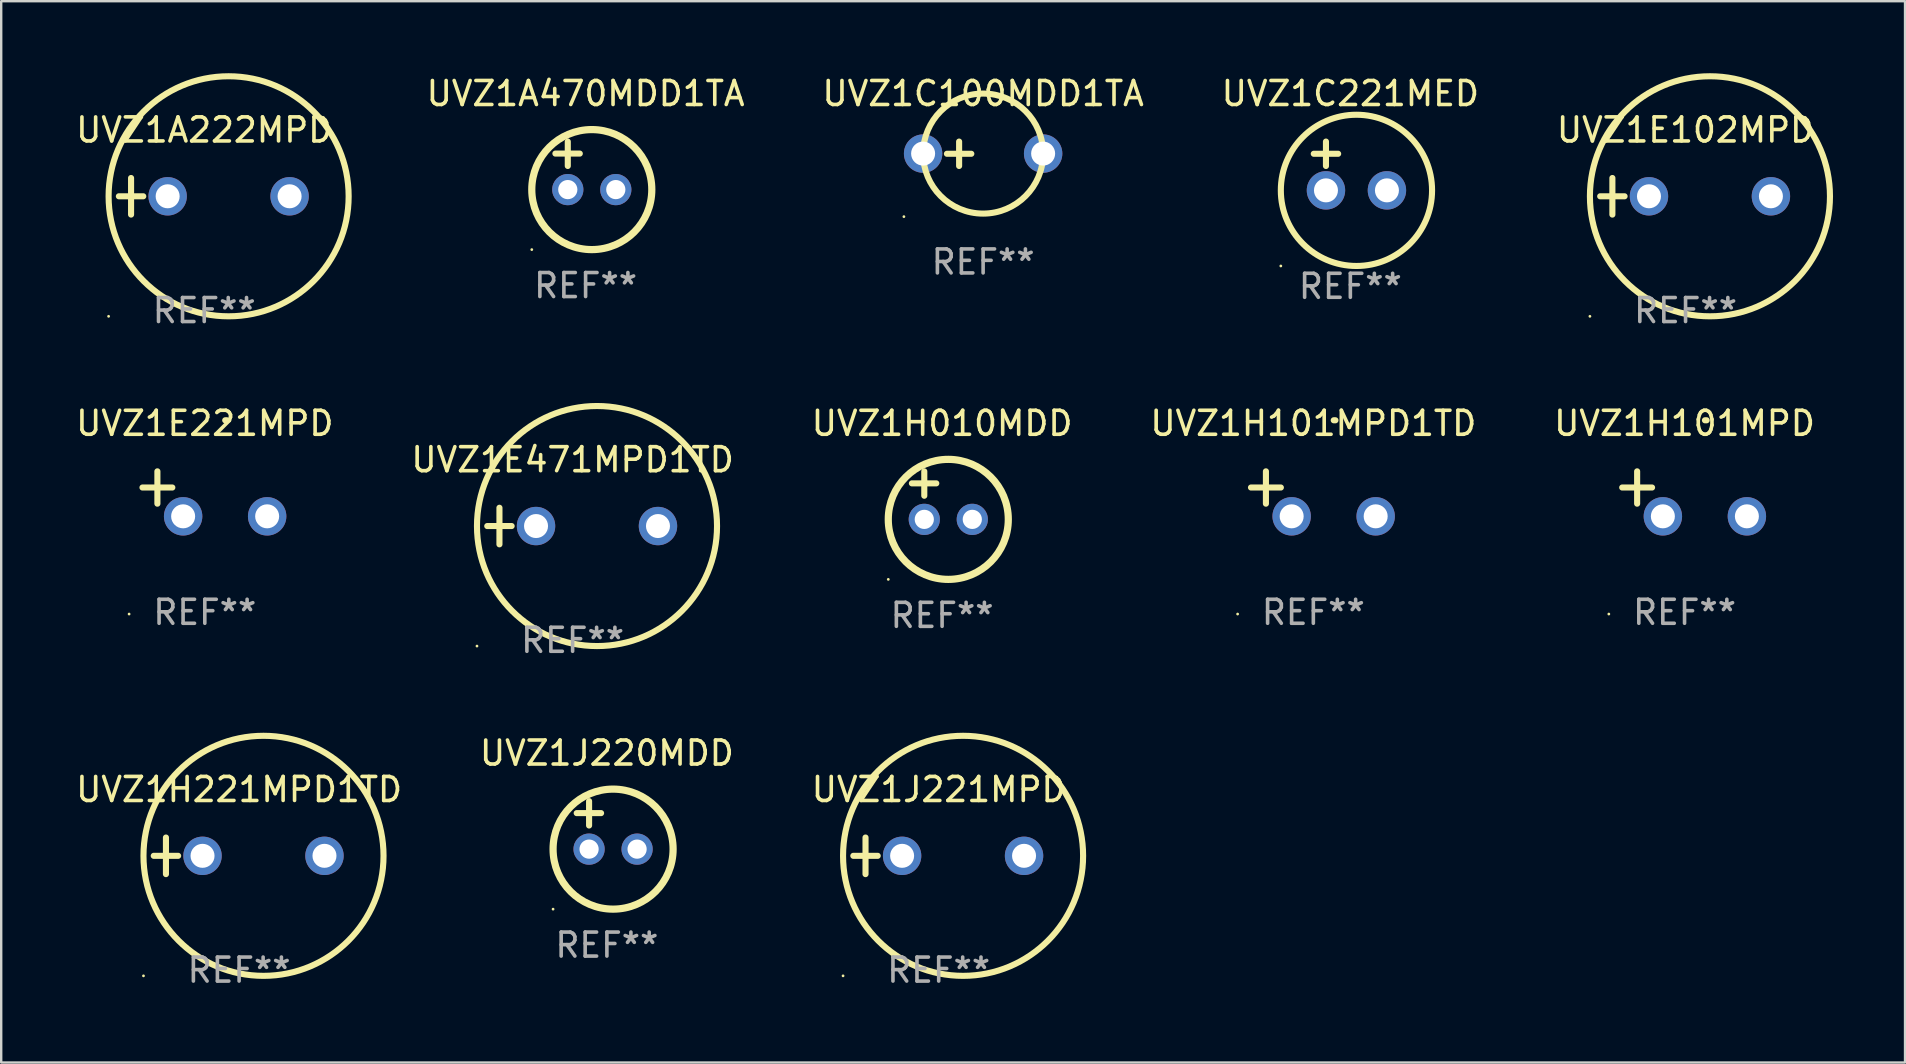
<source format=kicad_pcb>
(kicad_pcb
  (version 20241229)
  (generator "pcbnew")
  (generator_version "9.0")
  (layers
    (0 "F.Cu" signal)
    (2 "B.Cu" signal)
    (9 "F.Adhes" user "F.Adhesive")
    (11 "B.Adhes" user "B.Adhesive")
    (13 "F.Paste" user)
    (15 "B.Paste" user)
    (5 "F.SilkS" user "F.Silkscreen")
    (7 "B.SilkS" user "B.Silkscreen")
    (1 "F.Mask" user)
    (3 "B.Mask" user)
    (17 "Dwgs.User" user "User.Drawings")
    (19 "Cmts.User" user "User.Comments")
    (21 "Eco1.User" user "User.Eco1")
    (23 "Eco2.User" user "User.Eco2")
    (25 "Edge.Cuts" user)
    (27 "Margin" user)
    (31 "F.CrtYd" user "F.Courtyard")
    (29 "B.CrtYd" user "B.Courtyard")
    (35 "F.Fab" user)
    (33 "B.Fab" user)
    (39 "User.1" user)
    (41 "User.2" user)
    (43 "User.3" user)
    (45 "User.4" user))
  (footprint "UVZ1H010MDD"
    (layer "F.Cu")
    (at 36.196 17.586)
    (property "Reference" "UVZ1H010MDD" (at 0 -3 0) (layer "F.SilkS") (effects (font (size 1 1) (thickness 0.15))))
    (attr through_hole)
    (fp_line (start -1.258 -0.5) (end -0.242 -0.5) (stroke (width 0.254) (type solid)) (layer "F.SilkS"))
    (fp_line (start -0.742 -1) (end -0.742 0.016) (stroke (width 0.254) (type solid)) (layer "F.SilkS"))
    (fp_circle (center -2.242 3.5) (end -2.212 3.5) (stroke (width 0.06) (type solid)) (fill no) (layer "F.SilkS"))
    (fp_circle (center 0.258 1) (end 2.758 1) (stroke (width 0.3) (type solid)) (fill no) (layer "F.SilkS"))
    (fp_text user "REF**" (at 0 5 0) (layer "F.Fab") (effects (font (size 1 1) (thickness 0.15))))
    (pad "1" thru_hole circle (at -0.742 1) (size 1.3 1.3) (drill 0.8) (layers "*.Cu" "*.Mask"))
    (pad "2" thru_hole circle (at 1.258 1) (size 1.3 1.3) (drill 0.8) (layers "*.Cu" "*.Mask")))
  (footprint "UVZ1C221MED"
    (layer "F.Cu")
    (at 53.203 3.864)
    (property "Reference" "UVZ1C221MED" (at 0 -3.016 0) (layer "F.SilkS") (effects (font (size 1 1) (thickness 0.15))))
    (attr through_hole)
    (fp_line (start -1.524 -0.508) (end -0.508 -0.508) (stroke (width 0.254) (type solid)) (layer "F.SilkS"))
    (fp_line (start -1.016 -1.016) (end -1.016 0) (stroke (width 0.254) (type solid)) (layer "F.SilkS"))
    (fp_circle (center -2.896 4.166) (end -2.866 4.166) (stroke (width 0.06) (type solid)) (fill no) (layer "F.SilkS"))
    (fp_circle (center 0.254 1.016) (end 3.404 1.016) (stroke (width 0.254) (type solid)) (fill no) (layer "F.SilkS"))
    (fp_text user "REF**" (at 0 5.016 0) (layer "F.Fab") (effects (font (size 1 1) (thickness 0.15))))
    (pad "1" thru_hole circle (at -1.016 1.016) (size 1.6 1.6) (drill 1) (layers "*.Cu" "*.Mask"))
    (pad "2" thru_hole circle (at 1.524 1.016) (size 1.6 1.6) (drill 1) (layers "*.Cu" "*.Mask")))
  (footprint "UVZ1H101MPD1TD"
    (layer "F.Cu")
    (at 51.661 17.522)
    (property "Reference" "UVZ1H101MPD1TD" (at 0 -2.937 0) (layer "F.SilkS") (effects (font (size 1 1) (thickness 0.15))))
    (attr through_hole)
    (fp_line (start -1.975 0.41) (end -1.975 -0.937) (stroke (width 0.254) (type solid)) (layer "F.SilkS"))
    (fp_line (start -1.353 -0.263) (end -2.597 -0.263) (stroke (width 0.254) (type solid)) (layer "F.SilkS"))
    (fp_arc (start 0.849809 -3.063957) (mid 0.885369 -3.064114) (end 0.920929 -3.063957) (stroke (width 0.254001) (type solid)) (layer "F.SilkS"))
    (fp_circle (center -3.154 5.008) (end -3.124 5.008) (stroke (width 0.06) (type solid)) (fill no) (layer "F.SilkS"))
    (fp_text user "REF**" (at 0 4.937 0) (layer "F.Fab") (effects (font (size 1 1) (thickness 0.15))))
    (pad "1" thru_hole circle (at -0.903 0.937) (size 1.6 1.6) (drill 1) (layers "*.Cu" "*.Mask"))
    (pad "2" thru_hole circle (at 2.597 0.937) (size 1.6 1.6) (drill 1) (layers "*.Cu" "*.Mask")))
  (footprint "UVZ1A222MPD"
    (layer "F.Cu")
    (at 5.458 5.127)
    (property "Reference" "UVZ1A222MPD" (at 0 -2.762 0) (layer "F.SilkS") (effects (font (size 1 1) (thickness 0.15))))
    (attr through_hole)
    (fp_line (start -3.556 0) (end -2.54 0) (stroke (width 0.254) (type solid)) (layer "F.SilkS"))
    (fp_line (start -3.048 -0.762) (end -3.048 0.762) (stroke (width 0.254) (type solid)) (layer "F.SilkS"))
    (fp_circle (center -3.984 5) (end -3.954 5) (stroke (width 0.06) (type solid)) (fill no) (layer "F.SilkS"))
    (fp_circle (center 1.016 0) (end 6.016 0) (stroke (width 0.254) (type solid)) (fill no) (layer "F.SilkS"))
    (fp_text user "REF**" (at 0 4.762 0) (layer "F.Fab") (effects (font (size 1 1) (thickness 0.15))))
    (pad "1" thru_hole circle (at -1.524 0) (size 1.6 1.6) (drill 1) (layers "*.Cu" "*.Mask"))
    (pad "2" thru_hole circle (at 3.556 0) (size 1.6 1.6) (drill 1) (layers "*.Cu" "*.Mask")))
  (footprint "UVZ1A470MDD1TA"
    (layer "F.Cu")
    (at 21.345 3.848)
    (property "Reference" "UVZ1A470MDD1TA" (at 0 -3 0) (layer "F.SilkS") (effects (font (size 1 1) (thickness 0.15))))
    (attr through_hole)
    (fp_line (start -1.258 -0.5) (end -0.242 -0.5) (stroke (width 0.254) (type solid)) (layer "F.SilkS"))
    (fp_line (start -0.742 -1) (end -0.742 0.016) (stroke (width 0.254) (type solid)) (layer "F.SilkS"))
    (fp_circle (center -2.242 3.5) (end -2.212 3.5) (stroke (width 0.06) (type solid)) (fill no) (layer "F.SilkS"))
    (fp_circle (center 0.258 1) (end 2.758 1) (stroke (width 0.3) (type solid)) (fill no) (layer "F.SilkS"))
    (fp_text user "REF**" (at 0 5 0) (layer "F.Fab") (effects (font (size 1 1) (thickness 0.15))))
    (pad "1" thru_hole circle (at -0.742 1) (size 1.3 1.3) (drill 0.8) (layers "*.Cu" "*.Mask"))
    (pad "2" thru_hole circle (at 1.258 1) (size 1.3 1.3) (drill 0.8) (layers "*.Cu" "*.Mask")))
  (footprint "UVZ1E102MPD"
    (layer "F.Cu")
    (at 67.167 5.127)
    (property "Reference" "UVZ1E102MPD" (at 0 -2.762 0) (layer "F.SilkS") (effects (font (size 1 1) (thickness 0.15))))
    (attr through_hole)
    (fp_line (start -3.556 0) (end -2.54 0) (stroke (width 0.254) (type solid)) (layer "F.SilkS"))
    (fp_line (start -3.048 -0.762) (end -3.048 0.762) (stroke (width 0.254) (type solid)) (layer "F.SilkS"))
    (fp_circle (center -3.984 5) (end -3.954 5) (stroke (width 0.06) (type solid)) (fill no) (layer "F.SilkS"))
    (fp_circle (center 1.016 0) (end 6.016 0) (stroke (width 0.254) (type solid)) (fill no) (layer "F.SilkS"))
    (fp_text user "REF**" (at 0 4.762 0) (layer "F.Fab") (effects (font (size 1 1) (thickness 0.15))))
    (pad "1" thru_hole circle (at -1.524 0) (size 1.6 1.6) (drill 1) (layers "*.Cu" "*.Mask"))
    (pad "2" thru_hole circle (at 3.556 0) (size 1.6 1.6) (drill 1) (layers "*.Cu" "*.Mask")))
  (footprint "UVZ1J221MPD"
    (layer "F.Cu")
    (at 36.054 32.602)
    (property "Reference" "UVZ1J221MPD" (at 0 -2.762 0) (layer "F.SilkS") (effects (font (size 1 1) (thickness 0.15))))
    (attr through_hole)
    (fp_line (start -3.556 0) (end -2.54 0) (stroke (width 0.254) (type solid)) (layer "F.SilkS"))
    (fp_line (start -3.048 -0.762) (end -3.048 0.762) (stroke (width 0.254) (type solid)) (layer "F.SilkS"))
    (fp_circle (center -3.984 5) (end -3.954 5) (stroke (width 0.06) (type solid)) (fill no) (layer "F.SilkS"))
    (fp_circle (center 1.016 0) (end 6.016 0) (stroke (width 0.254) (type solid)) (fill no) (layer "F.SilkS"))
    (fp_text user "REF**" (at 0 4.762 0) (layer "F.Fab") (effects (font (size 1 1) (thickness 0.15))))
    (pad "1" thru_hole circle (at -1.524 0) (size 1.6 1.6) (drill 1) (layers "*.Cu" "*.Mask"))
    (pad "2" thru_hole circle (at 3.556 0) (size 1.6 1.6) (drill 1) (layers "*.Cu" "*.Mask")))
  (footprint "UVZ1E221MPD"
    (layer "F.Cu")
    (at 5.482 17.522)
    (property "Reference" "UVZ1E221MPD" (at 0 -2.937 0) (layer "F.SilkS") (effects (font (size 1 1) (thickness 0.15))))
    (attr through_hole)
    (fp_line (start -1.975 0.41) (end -1.975 -0.937) (stroke (width 0.254) (type solid)) (layer "F.SilkS"))
    (fp_line (start -1.353 -0.263) (end -2.597 -0.263) (stroke (width 0.254) (type solid)) (layer "F.SilkS"))
    (fp_arc (start 0.849809 -3.063957) (mid 0.885369 -3.064114) (end 0.920929 -3.063957) (stroke (width 0.254001) (type solid)) (layer "F.SilkS"))
    (fp_circle (center -3.154 5.008) (end -3.124 5.008) (stroke (width 0.06) (type solid)) (fill no) (layer "F.SilkS"))
    (fp_text user "REF**" (at 0 4.937 0) (layer "F.Fab") (effects (font (size 1 1) (thickness 0.15))))
    (pad "1" thru_hole circle (at -0.903 0.937) (size 1.6 1.6) (drill 1) (layers "*.Cu" "*.Mask"))
    (pad "2" thru_hole circle (at 2.597 0.937) (size 1.6 1.6) (drill 1) (layers "*.Cu" "*.Mask")))
  (footprint "UVZ1C100MDD1TA"
    (layer "F.Cu")
    (at 37.905 3.356)
    (property "Reference" "UVZ1C100MDD1TA" (at 0 -2.508 0) (layer "F.SilkS") (effects (font (size 1 1) (thickness 0.15))))
    (attr through_hole)
    (fp_line (start -1.508 0) (end -0.492 0) (stroke (width 0.254) (type solid)) (layer "F.SilkS"))
    (fp_line (start -1 -0.508) (end -1 0.508) (stroke (width 0.254) (type solid)) (layer "F.SilkS"))
    (fp_circle (center -3.3 2.619) (end -3.27 2.619) (stroke (width 0.06) (type solid)) (fill no) (layer "F.SilkS"))
    (fp_circle (center -0.000127 -0.008) (end 2.5 -0.008) (stroke (width 0.254) (type solid)) (fill no) (layer "F.SilkS"))
    (fp_text user "REF**" (at 0 4.508 0) (layer "F.Fab") (effects (font (size 1 1) (thickness 0.15))))
    (pad "1" thru_hole circle (at -2.5 -0.008) (size 1.6 1.6) (drill 1) (layers "*.Cu" "*.Mask"))
    (pad "2" thru_hole circle (at 2.5 -0.008) (size 1.6 1.6) (drill 1) (layers "*.Cu" "*.Mask")))
  (footprint "UVZ1H221MPD1TD"
    (layer "F.Cu")
    (at 6.911 32.602)
    (property "Reference" "UVZ1H221MPD1TD" (at 0 -2.762 0) (layer "F.SilkS") (effects (font (size 1 1) (thickness 0.15))))
    (attr through_hole)
    (fp_line (start -3.556 0) (end -2.54 0) (stroke (width 0.254) (type solid)) (layer "F.SilkS"))
    (fp_line (start -3.048 -0.762) (end -3.048 0.762) (stroke (width 0.254) (type solid)) (layer "F.SilkS"))
    (fp_circle (center -3.984 5) (end -3.954 5) (stroke (width 0.06) (type solid)) (fill no) (layer "F.SilkS"))
    (fp_circle (center 1.016 0) (end 6.016 0) (stroke (width 0.254) (type solid)) (fill no) (layer "F.SilkS"))
    (fp_text user "REF**" (at 0 4.762 0) (layer "F.Fab") (effects (font (size 1 1) (thickness 0.15))))
    (pad "1" thru_hole circle (at -1.524 0) (size 1.6 1.6) (drill 1) (layers "*.Cu" "*.Mask"))
    (pad "2" thru_hole circle (at 3.556 0) (size 1.6 1.6) (drill 1) (layers "*.Cu" "*.Mask")))
  (footprint "UVZ1H101MPD"
    (layer "F.Cu")
    (at 67.125 17.522)
    (property "Reference" "UVZ1H101MPD" (at 0 -2.937 0) (layer "F.SilkS") (effects (font (size 1 1) (thickness 0.15))))
    (attr through_hole)
    (fp_line (start -1.975 0.41) (end -1.975 -0.937) (stroke (width 0.254) (type solid)) (layer "F.SilkS"))
    (fp_line (start -1.353 -0.263) (end -2.597 -0.263) (stroke (width 0.254) (type solid)) (layer "F.SilkS"))
    (fp_arc (start 0.849809 -3.063957) (mid 0.885369 -3.064114) (end 0.920929 -3.063957) (stroke (width 0.254001) (type solid)) (layer "F.SilkS"))
    (fp_circle (center -3.154 5.008) (end -3.124 5.008) (stroke (width 0.06) (type solid)) (fill no) (layer "F.SilkS"))
    (fp_text user "REF**" (at 0 4.937 0) (layer "F.Fab") (effects (font (size 1 1) (thickness 0.15))))
    (pad "1" thru_hole circle (at -0.903 0.937) (size 1.6 1.6) (drill 1) (layers "*.Cu" "*.Mask"))
    (pad "2" thru_hole circle (at 2.597 0.937) (size 1.6 1.6) (drill 1) (layers "*.Cu" "*.Mask")))
  (footprint "UVZ1J220MDD"
    (layer "F.Cu")
    (at 22.232 31.323)
    (property "Reference" "UVZ1J220MDD" (at 0 -3 0) (layer "F.SilkS") (effects (font (size 1 1) (thickness 0.15))))
    (attr through_hole)
    (fp_line (start -1.258 -0.5) (end -0.242 -0.5) (stroke (width 0.254) (type solid)) (layer "F.SilkS"))
    (fp_line (start -0.742 -1) (end -0.742 0.016) (stroke (width 0.254) (type solid)) (layer "F.SilkS"))
    (fp_circle (center -2.242 3.5) (end -2.212 3.5) (stroke (width 0.06) (type solid)) (fill no) (layer "F.SilkS"))
    (fp_circle (center 0.258 1) (end 2.758 1) (stroke (width 0.3) (type solid)) (fill no) (layer "F.SilkS"))
    (fp_text user "REF**" (at 0 5 0) (layer "F.Fab") (effects (font (size 1 1) (thickness 0.15))))
    (pad "1" thru_hole circle (at -0.742 1) (size 1.3 1.3) (drill 0.8) (layers "*.Cu" "*.Mask"))
    (pad "2" thru_hole circle (at 1.258 1) (size 1.3 1.3) (drill 0.8) (layers "*.Cu" "*.Mask")))
  (footprint "UVZ1E471MPD1TD"
    (layer "F.Cu")
    (at 20.804 18.864)
    (property "Reference" "UVZ1E471MPD1TD" (at 0 -2.762 0) (layer "F.SilkS") (effects (font (size 1 1) (thickness 0.15))))
    (attr through_hole)
    (fp_line (start -3.556 0) (end -2.54 0) (stroke (width 0.254) (type solid)) (layer "F.SilkS"))
    (fp_line (start -3.048 -0.762) (end -3.048 0.762) (stroke (width 0.254) (type solid)) (layer "F.SilkS"))
    (fp_circle (center -3.984 5) (end -3.954 5) (stroke (width 0.06) (type solid)) (fill no) (layer "F.SilkS"))
    (fp_circle (center 1.016 0) (end 6.016 0) (stroke (width 0.254) (type solid)) (fill no) (layer "F.SilkS"))
    (fp_text user "REF**" (at 0 4.762 0) (layer "F.Fab") (effects (font (size 1 1) (thickness 0.15))))
    (pad "1" thru_hole circle (at -1.524 0) (size 1.6 1.6) (drill 1) (layers "*.Cu" "*.Mask"))
    (pad "2" thru_hole circle (at 3.556 0) (size 1.6 1.6) (drill 1) (layers "*.Cu" "*.Mask")))
  (gr_rect
    (start -3 -3)
    (end 76.31 41.212)
    (stroke (width 0.1) (type default))
    (fill no)
    (layer "Edge.Cuts")))
</source>
